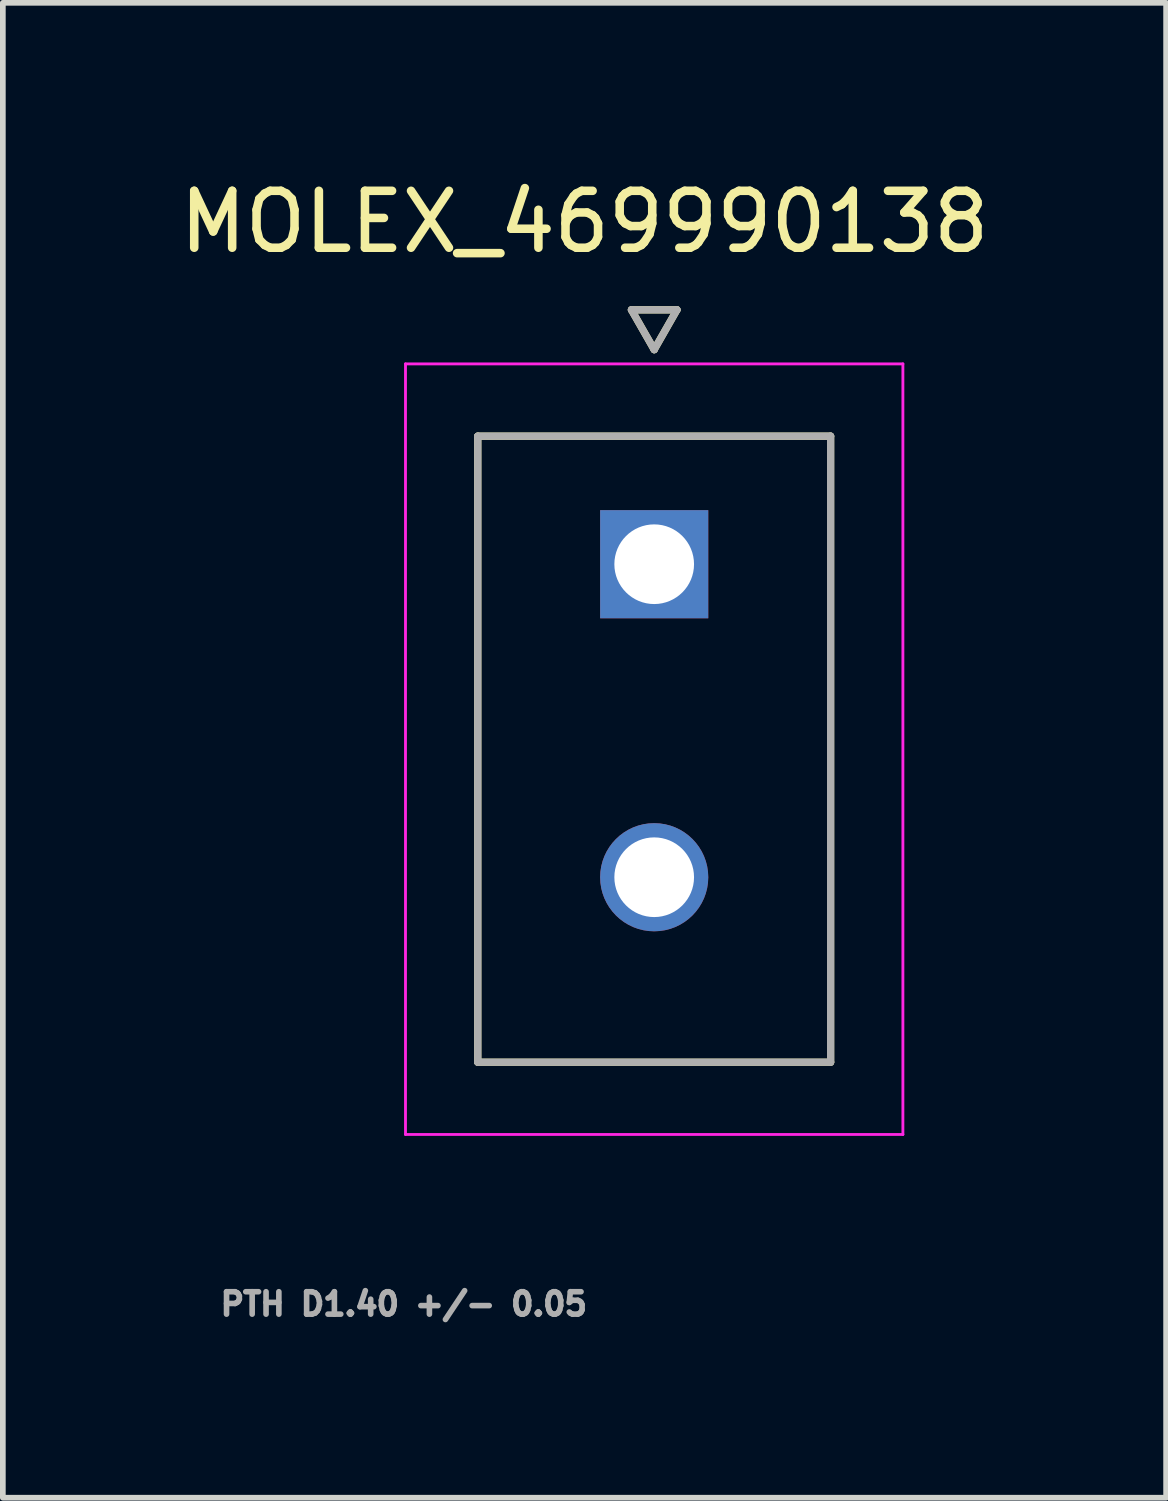
<source format=kicad_pcb>
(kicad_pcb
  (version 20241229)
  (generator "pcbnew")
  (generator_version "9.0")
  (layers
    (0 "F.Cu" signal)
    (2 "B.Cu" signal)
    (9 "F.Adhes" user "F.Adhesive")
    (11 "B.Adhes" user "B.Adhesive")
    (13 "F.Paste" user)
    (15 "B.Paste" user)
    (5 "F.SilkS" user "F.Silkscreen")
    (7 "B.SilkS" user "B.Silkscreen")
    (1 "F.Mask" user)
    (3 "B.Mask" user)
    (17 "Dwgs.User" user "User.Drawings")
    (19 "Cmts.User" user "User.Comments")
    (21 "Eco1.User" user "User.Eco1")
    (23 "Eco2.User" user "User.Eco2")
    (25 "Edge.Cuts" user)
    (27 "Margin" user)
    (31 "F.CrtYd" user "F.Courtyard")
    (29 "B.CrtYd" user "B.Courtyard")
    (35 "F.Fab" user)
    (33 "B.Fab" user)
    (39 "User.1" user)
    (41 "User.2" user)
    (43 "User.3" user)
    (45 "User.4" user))
  (footprint "MOLEX_469990138"
    (layer "F.Cu")
    (at 8.445 6.864)
    (property "Reference" "MOLEX_469990138" (at -1.225 -6.016 0) (layer "F.SilkS") (effects (font (size 1 1) (thickness 0.15))))
    (attr through_hole)
    (fp_circle (center 0 5.5) (end 0.513 5.5) (stroke (width 1.026) (type solid)) (fill no) (layer "F.Mask"))
    (fp_poly (pts (xy -1.026 -1.026) (xy 1.026 -1.026) (xy 1.026 1.026) (xy -1.026 1.026)) (stroke (width 0.01) (type solid)) (fill yes) (layer "F.Mask"))
    (fp_circle (center 0 5.5) (end 0.513 5.5) (stroke (width 1.026) (type solid)) (fill no) (layer "B.Mask"))
    (fp_poly (pts (xy -1.026 -1.026) (xy 1.026 -1.026) (xy 1.026 1.026) (xy -1.026 1.026)) (stroke (width 0.01) (type solid)) (fill yes) (layer "B.Mask"))
    (fp_line (start -3.1 -2.25) (end 3.1 -2.25) (stroke (width 0.127) (type solid)) (layer "F.SilkS"))
    (fp_line (start -3.1 8.75) (end -3.1 -2.25) (stroke (width 0.127) (type solid)) (layer "F.SilkS"))
    (fp_line (start -0.4 -4.47) (end 0 -3.77) (stroke (width 0.127) (type solid)) (layer "F.SilkS"))
    (fp_line (start 0 -3.77) (end 0.4 -4.47) (stroke (width 0.127) (type solid)) (layer "F.SilkS"))
    (fp_line (start 0.4 -4.47) (end -0.4 -4.47) (stroke (width 0.127) (type solid)) (layer "F.SilkS"))
    (fp_line (start 3.1 -2.25) (end 3.1 8.75) (stroke (width 0.127) (type solid)) (layer "F.SilkS"))
    (fp_line (start 3.1 8.75) (end -3.1 8.75) (stroke (width 0.127) (type solid)) (layer "F.SilkS"))
    (fp_line (start -4.37 -3.52) (end 4.37 -3.52) (stroke (width 0.05) (type solid)) (layer "F.CrtYd"))
    (fp_line (start -4.37 10.02) (end -4.37 -3.52) (stroke (width 0.05) (type solid)) (layer "F.CrtYd"))
    (fp_line (start 4.37 -3.52) (end 4.37 10.02) (stroke (width 0.05) (type solid)) (layer "F.CrtYd"))
    (fp_line (start 4.37 10.02) (end -4.37 10.02) (stroke (width 0.05) (type solid)) (layer "F.CrtYd"))
    (fp_line (start -3.1 -2.25) (end 3.1 -2.25) (stroke (width 0.127) (type solid)) (layer "F.Fab"))
    (fp_line (start -3.1 8.75) (end -3.1 -2.25) (stroke (width 0.127) (type solid)) (layer "F.Fab"))
    (fp_line (start -0.4 -4.47) (end 0 -3.77) (stroke (width 0.127) (type solid)) (layer "F.Fab"))
    (fp_line (start 0 -3.77) (end 0.4 -4.47) (stroke (width 0.127) (type solid)) (layer "F.Fab"))
    (fp_line (start 0.4 -4.47) (end -0.4 -4.47) (stroke (width 0.127) (type solid)) (layer "F.Fab"))
    (fp_line (start 3.1 -2.25) (end 3.1 8.75) (stroke (width 0.127) (type solid)) (layer "F.Fab"))
    (fp_line (start 3.1 8.75) (end -3.1 8.75) (stroke (width 0.127) (type solid)) (layer "F.Fab"))
    (fp_text user "PTH D1.40 +/- 0.05" (at -4.4 13 0) (layer "F.Fab") (effects (font (size 0.394 0.394) (thickness 0.15))))
    (pad "1" thru_hole rect (at 0 0) (size 1.9 1.9) (drill 1.4) (layers "*.Cu"))
    (pad "2" thru_hole circle (at 0 5.5) (size 1.9 1.9) (drill 1.4) (layers "*.Cu")))
  (gr_rect
    (start -3 -3)
    (end 17.44 23.267)
    (stroke (width 0.1) (type default))
    (fill no)
    (layer "Edge.Cuts")))
</source>
